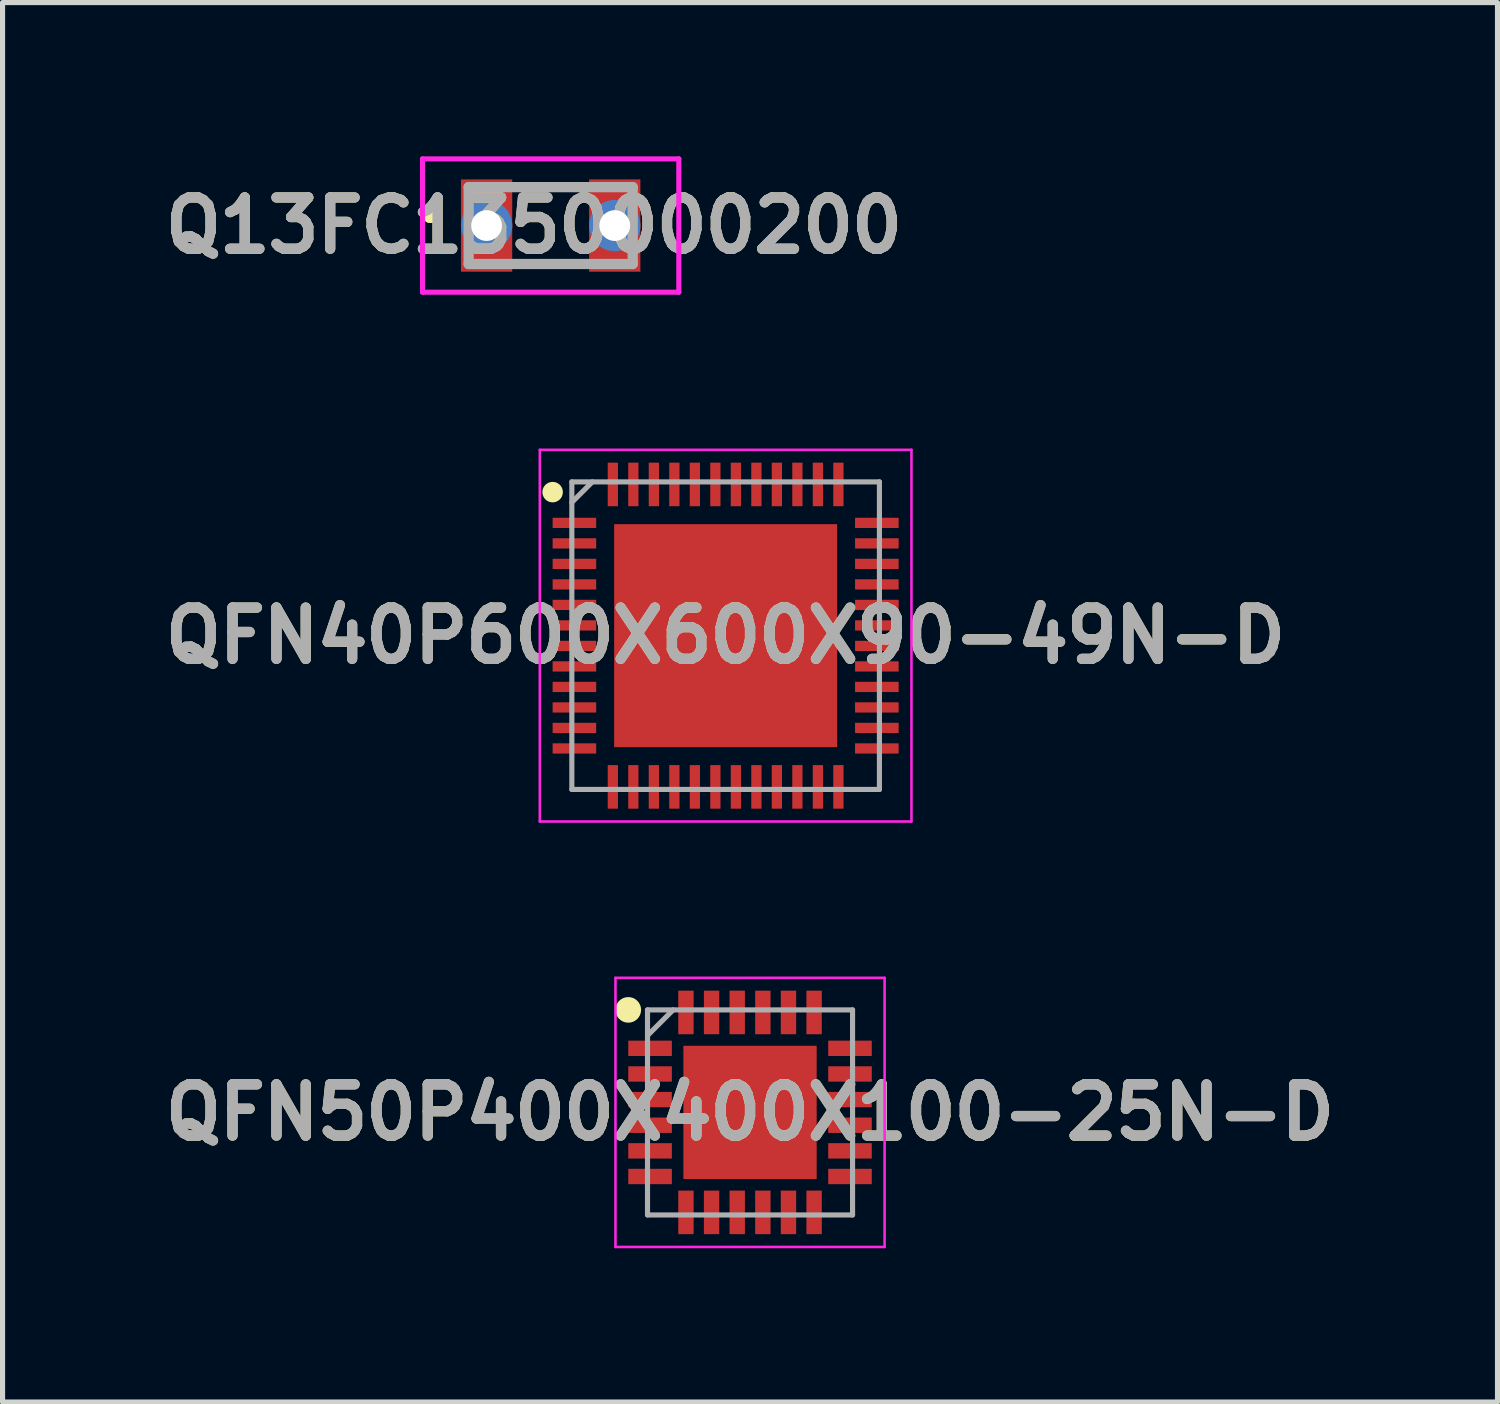
<source format=kicad_pcb>
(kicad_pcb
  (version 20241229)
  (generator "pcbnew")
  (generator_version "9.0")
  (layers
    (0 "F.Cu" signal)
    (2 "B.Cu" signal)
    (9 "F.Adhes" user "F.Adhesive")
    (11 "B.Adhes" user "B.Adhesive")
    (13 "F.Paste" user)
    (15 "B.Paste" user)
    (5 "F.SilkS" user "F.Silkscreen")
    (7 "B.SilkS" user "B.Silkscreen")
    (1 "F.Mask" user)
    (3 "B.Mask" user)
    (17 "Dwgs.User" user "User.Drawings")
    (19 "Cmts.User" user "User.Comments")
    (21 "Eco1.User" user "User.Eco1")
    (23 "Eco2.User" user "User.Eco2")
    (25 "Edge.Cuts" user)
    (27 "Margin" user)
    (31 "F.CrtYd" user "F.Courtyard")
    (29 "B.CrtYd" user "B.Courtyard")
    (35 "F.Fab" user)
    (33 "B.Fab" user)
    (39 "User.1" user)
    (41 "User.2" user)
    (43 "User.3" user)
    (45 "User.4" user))
  (footprint "QFN50P400X400X100-25N-D"
    (layer "F.Cu")
    (at 11.581 18.65)
    (property "Reference" "QFN50P400X400X100-25N-D" (at 0 0 0) (layer "F.SilkS") (effects (font (size 1 1) (thickness 0.2))))
    (attr smd)
    (fp_circle (center -2.375 -2) (end -2.375 -1.875) (stroke (width 0.25) (type solid)) (fill no) (layer "F.SilkS"))
    (fp_line (start -2.625 -2.625) (end 2.625 -2.625) (stroke (width 0.05) (type solid)) (layer "F.CrtYd"))
    (fp_line (start -2.625 2.625) (end -2.625 -2.625) (stroke (width 0.05) (type solid)) (layer "F.CrtYd"))
    (fp_line (start 2.625 -2.625) (end 2.625 2.625) (stroke (width 0.05) (type solid)) (layer "F.CrtYd"))
    (fp_line (start 2.625 2.625) (end -2.625 2.625) (stroke (width 0.05) (type solid)) (layer "F.CrtYd"))
    (fp_line (start -2 -2) (end 2 -2) (stroke (width 0.1) (type solid)) (layer "F.Fab"))
    (fp_line (start -2 -1.5) (end -1.5 -2) (stroke (width 0.1) (type solid)) (layer "F.Fab"))
    (fp_line (start -2 2) (end -2 -2) (stroke (width 0.1) (type solid)) (layer "F.Fab"))
    (fp_line (start 2 -2) (end 2 2) (stroke (width 0.1) (type solid)) (layer "F.Fab"))
    (fp_line (start 2 2) (end -2 2) (stroke (width 0.1) (type solid)) (layer "F.Fab"))
    (fp_text user "${REFERENCE}" (at 0 0 0) (layer "F.Fab") (effects (font (size 1 1) (thickness 0.2))))
    (pad "1" smd rect (at -1.95 -1.25 90) (size 0.3 0.85) (layers "F.Cu" "F.Mask" "F.Paste"))
    (pad "2" smd rect (at -1.95 -0.75 90) (size 0.3 0.85) (layers "F.Cu" "F.Mask" "F.Paste"))
    (pad "3" smd rect (at -1.95 -0.25 90) (size 0.3 0.85) (layers "F.Cu" "F.Mask" "F.Paste"))
    (pad "4" smd rect (at -1.95 0.25 90) (size 0.3 0.85) (layers "F.Cu" "F.Mask" "F.Paste"))
    (pad "5" smd rect (at -1.95 0.75 90) (size 0.3 0.85) (layers "F.Cu" "F.Mask" "F.Paste"))
    (pad "6" smd rect (at -1.95 1.25 90) (size 0.3 0.85) (layers "F.Cu" "F.Mask" "F.Paste"))
    (pad "7" smd rect (at -1.25 1.95) (size 0.3 0.85) (layers "F.Cu" "F.Mask" "F.Paste"))
    (pad "8" smd rect (at -0.75 1.95) (size 0.3 0.85) (layers "F.Cu" "F.Mask" "F.Paste"))
    (pad "9" smd rect (at -0.25 1.95) (size 0.3 0.85) (layers "F.Cu" "F.Mask" "F.Paste"))
    (pad "10" smd rect (at 0.25 1.95) (size 0.3 0.85) (layers "F.Cu" "F.Mask" "F.Paste"))
    (pad "11" smd rect (at 0.75 1.95) (size 0.3 0.85) (layers "F.Cu" "F.Mask" "F.Paste"))
    (pad "12" smd rect (at 1.25 1.95) (size 0.3 0.85) (layers "F.Cu" "F.Mask" "F.Paste"))
    (pad "13" smd rect (at 1.95 1.25 90) (size 0.3 0.85) (layers "F.Cu" "F.Mask" "F.Paste"))
    (pad "14" smd rect (at 1.95 0.75 90) (size 0.3 0.85) (layers "F.Cu" "F.Mask" "F.Paste"))
    (pad "15" smd rect (at 1.95 0.25 90) (size 0.3 0.85) (layers "F.Cu" "F.Mask" "F.Paste"))
    (pad "16" smd rect (at 1.95 -0.25 90) (size 0.3 0.85) (layers "F.Cu" "F.Mask" "F.Paste"))
    (pad "17" smd rect (at 1.95 -0.75 90) (size 0.3 0.85) (layers "F.Cu" "F.Mask" "F.Paste"))
    (pad "18" smd rect (at 1.95 -1.25 90) (size 0.3 0.85) (layers "F.Cu" "F.Mask" "F.Paste"))
    (pad "19" smd rect (at 1.25 -1.95) (size 0.3 0.85) (layers "F.Cu" "F.Mask" "F.Paste"))
    (pad "20" smd rect (at 0.75 -1.95) (size 0.3 0.85) (layers "F.Cu" "F.Mask" "F.Paste"))
    (pad "21" smd rect (at 0.25 -1.95) (size 0.3 0.85) (layers "F.Cu" "F.Mask" "F.Paste"))
    (pad "22" smd rect (at -0.25 -1.95) (size 0.3 0.85) (layers "F.Cu" "F.Mask" "F.Paste"))
    (pad "23" smd rect (at -0.75 -1.95) (size 0.3 0.85) (layers "F.Cu" "F.Mask" "F.Paste"))
    (pad "24" smd rect (at -1.25 -1.95) (size 0.3 0.85) (layers "F.Cu" "F.Mask" "F.Paste"))
    (pad "25" smd rect (at 0 0) (size 2.6 2.6) (layers "F.Cu" "F.Mask" "F.Paste")))
  (footprint "Q13FC1350000200"
    (layer "F.Cu")
    (at 7.692 1.35)
    (property "Reference" "Q13FC1350000200" (at -0.325 0 0) (layer "F.SilkS") (effects (font (size 1 1) (thickness 0.2))))
    (attr smd)
    (fp_line (start -2.4 -0.2) (end -2.4 -0.2) (stroke (width 0.2) (type solid)) (layer "F.SilkS"))
    (fp_line (start -2.4 -0.2) (end -2.4 -0.2) (stroke (width 0.2) (type solid)) (layer "F.SilkS"))
    (fp_line (start -2.3 -0.2) (end -2.3 -0.2) (stroke (width 0.2) (type solid)) (layer "F.SilkS"))
    (fp_line (start -0.25 -0.75) (end -0.25 -0.75) (stroke (width 0.1) (type solid)) (layer "F.SilkS"))
    (fp_line (start -0.25 -0.75) (end 0.25 -0.75) (stroke (width 0.1) (type solid)) (layer "F.SilkS"))
    (fp_line (start -0.25 0.75) (end -0.25 0.75) (stroke (width 0.1) (type solid)) (layer "F.SilkS"))
    (fp_line (start -0.25 0.75) (end 0.25 0.75) (stroke (width 0.1) (type solid)) (layer "F.SilkS"))
    (fp_line (start 0.25 -0.75) (end -0.25 -0.75) (stroke (width 0.1) (type solid)) (layer "F.SilkS"))
    (fp_line (start 0.25 -0.75) (end 0.25 -0.75) (stroke (width 0.1) (type solid)) (layer "F.SilkS"))
    (fp_line (start 0.25 0.75) (end -0.25 0.75) (stroke (width 0.1) (type solid)) (layer "F.SilkS"))
    (fp_line (start 0.25 0.75) (end 0.25 0.75) (stroke (width 0.1) (type solid)) (layer "F.SilkS"))
    (fp_arc (start -2.4 -0.2) (mid -2.35 -0.25) (end -2.3 -0.2) (stroke (width 0.2) (type solid)) (layer "F.SilkS"))
    (fp_arc (start -2.3 -0.2) (mid -2.35 -0.15) (end -2.4 -0.2) (stroke (width 0.2) (type solid)) (layer "F.SilkS"))
    (fp_arc (start -2.3 -0.2) (mid -2.35 -0.15) (end -2.4 -0.2) (stroke (width 0.2) (type solid)) (layer "F.SilkS"))
    (fp_line (start -2.5 -1.3) (end 2.5 -1.3) (stroke (width 0.1) (type solid)) (layer "F.CrtYd"))
    (fp_line (start -2.5 1.3) (end -2.5 -1.3) (stroke (width 0.1) (type solid)) (layer "F.CrtYd"))
    (fp_line (start 2.5 -1.3) (end 2.5 1.3) (stroke (width 0.1) (type solid)) (layer "F.CrtYd"))
    (fp_line (start 2.5 1.3) (end -2.5 1.3) (stroke (width 0.1) (type solid)) (layer "F.CrtYd"))
    (fp_line (start -1.6 -0.75) (end -1.6 0.75) (stroke (width 0.2) (type solid)) (layer "F.Fab"))
    (fp_line (start -1.6 0.75) (end 1.6 0.75) (stroke (width 0.2) (type solid)) (layer "F.Fab"))
    (fp_line (start 1.6 -0.75) (end -1.6 -0.75) (stroke (width 0.2) (type solid)) (layer "F.Fab"))
    (fp_line (start 1.6 0.75) (end 1.6 -0.75) (stroke (width 0.2) (type solid)) (layer "F.Fab"))
    (fp_text user "${REFERENCE}" (at -0.325 0 0) (layer "F.Fab") (effects (font (size 1 1) (thickness 0.2))))
    (pad "1" thru_hole circle (at -1.25 0) (size 1 1) (drill 0.6) (layers "*.Cu" "*.Mask"))
    (pad "1" smd rect (at -1.25 0) (size 1 1.8) (layers "F.Cu" "F.Mask" "F.Paste"))
    (pad "2" thru_hole circle (at 1.25 0) (size 1 1) (drill 0.6) (layers "*.Cu" "*.Mask"))
    (pad "2" smd rect (at 1.25 0) (size 1 1.8) (layers "F.Cu" "F.Mask" "F.Paste")))
  (footprint "QFN40P600X600X90-49N-D"
    (layer "F.Cu")
    (at 11.105 9.35)
    (property "Reference" "QFN40P600X600X90-49N-D" (at 0 0 0) (layer "F.SilkS") (effects (font (size 1 1) (thickness 0.2))))
    (attr smd)
    (fp_circle (center -3.375 -2.8) (end -3.375 -2.7) (stroke (width 0.2) (type solid)) (fill no) (layer "F.SilkS"))
    (fp_rect (start -2.1 -2.1) (end -0.2 -0.2) (stroke (width 0.12) (type solid)) (fill yes) (layer "F.Paste"))
    (fp_rect (start -2.1 0.2) (end -0.2 2.1) (stroke (width 0.12) (type solid)) (fill yes) (layer "F.Paste"))
    (fp_rect (start 0.2 -2.1) (end 2.1 -0.2) (stroke (width 0.12) (type solid)) (fill yes) (layer "F.Paste"))
    (fp_rect (start 0.2 0.2) (end 2.1 2.1) (stroke (width 0.12) (type solid)) (fill yes) (layer "F.Paste"))
    (fp_line (start -3.625 -3.625) (end 3.625 -3.625) (stroke (width 0.05) (type solid)) (layer "F.CrtYd"))
    (fp_line (start -3.625 3.625) (end -3.625 -3.625) (stroke (width 0.05) (type solid)) (layer "F.CrtYd"))
    (fp_line (start 3.625 -3.625) (end 3.625 3.625) (stroke (width 0.05) (type solid)) (layer "F.CrtYd"))
    (fp_line (start 3.625 3.625) (end -3.625 3.625) (stroke (width 0.05) (type solid)) (layer "F.CrtYd"))
    (fp_line (start -3 -3) (end 3 -3) (stroke (width 0.1) (type solid)) (layer "F.Fab"))
    (fp_line (start -3 -2.6) (end -2.6 -3) (stroke (width 0.1) (type solid)) (layer "F.Fab"))
    (fp_line (start -3 3) (end -3 -3) (stroke (width 0.1) (type solid)) (layer "F.Fab"))
    (fp_line (start 3 -3) (end 3 3) (stroke (width 0.1) (type solid)) (layer "F.Fab"))
    (fp_line (start 3 3) (end -3 3) (stroke (width 0.1) (type solid)) (layer "F.Fab"))
    (fp_text user "${REFERENCE}" (at 0 0 0) (layer "F.Fab") (effects (font (size 1 1) (thickness 0.2))))
    (pad "1" smd rect (at -2.95 -2.2 90) (size 0.2 0.85) (layers "F.Cu" "F.Mask" "F.Paste"))
    (pad "2" smd rect (at -2.95 -1.8 90) (size 0.2 0.85) (layers "F.Cu" "F.Mask" "F.Paste"))
    (pad "3" smd rect (at -2.95 -1.4 90) (size 0.2 0.85) (layers "F.Cu" "F.Mask" "F.Paste"))
    (pad "4" smd rect (at -2.95 -1 90) (size 0.2 0.85) (layers "F.Cu" "F.Mask" "F.Paste"))
    (pad "5" smd rect (at -2.95 -0.6 90) (size 0.2 0.85) (layers "F.Cu" "F.Mask" "F.Paste"))
    (pad "6" smd rect (at -2.95 -0.2 90) (size 0.2 0.85) (layers "F.Cu" "F.Mask" "F.Paste"))
    (pad "7" smd rect (at -2.95 0.2 90) (size 0.2 0.85) (layers "F.Cu" "F.Mask" "F.Paste"))
    (pad "8" smd rect (at -2.95 0.6 90) (size 0.2 0.85) (layers "F.Cu" "F.Mask" "F.Paste"))
    (pad "9" smd rect (at -2.95 1 90) (size 0.2 0.85) (layers "F.Cu" "F.Mask" "F.Paste"))
    (pad "10" smd rect (at -2.95 1.4 90) (size 0.2 0.85) (layers "F.Cu" "F.Mask" "F.Paste"))
    (pad "11" smd rect (at -2.95 1.8 90) (size 0.2 0.85) (layers "F.Cu" "F.Mask" "F.Paste"))
    (pad "12" smd rect (at -2.95 2.2 90) (size 0.2 0.85) (layers "F.Cu" "F.Mask" "F.Paste"))
    (pad "13" smd rect (at -2.2 2.95) (size 0.2 0.85) (layers "F.Cu" "F.Mask" "F.Paste"))
    (pad "14" smd rect (at -1.8 2.95) (size 0.2 0.85) (layers "F.Cu" "F.Mask" "F.Paste"))
    (pad "15" smd rect (at -1.4 2.95) (size 0.2 0.85) (layers "F.Cu" "F.Mask" "F.Paste"))
    (pad "16" smd rect (at -1 2.95) (size 0.2 0.85) (layers "F.Cu" "F.Mask" "F.Paste"))
    (pad "17" smd rect (at -0.6 2.95) (size 0.2 0.85) (layers "F.Cu" "F.Mask" "F.Paste"))
    (pad "18" smd rect (at -0.2 2.95) (size 0.2 0.85) (layers "F.Cu" "F.Mask" "F.Paste"))
    (pad "19" smd rect (at 0.2 2.95) (size 0.2 0.85) (layers "F.Cu" "F.Mask" "F.Paste"))
    (pad "20" smd rect (at 0.6 2.95) (size 0.2 0.85) (layers "F.Cu" "F.Mask" "F.Paste"))
    (pad "21" smd rect (at 1 2.95) (size 0.2 0.85) (layers "F.Cu" "F.Mask" "F.Paste"))
    (pad "22" smd rect (at 1.4 2.95) (size 0.2 0.85) (layers "F.Cu" "F.Mask" "F.Paste"))
    (pad "23" smd rect (at 1.8 2.95) (size 0.2 0.85) (layers "F.Cu" "F.Mask" "F.Paste"))
    (pad "24" smd rect (at 2.2 2.95) (size 0.2 0.85) (layers "F.Cu" "F.Mask" "F.Paste"))
    (pad "25" smd rect (at 2.95 2.2 90) (size 0.2 0.85) (layers "F.Cu" "F.Mask" "F.Paste"))
    (pad "26" smd rect (at 2.95 1.8 90) (size 0.2 0.85) (layers "F.Cu" "F.Mask" "F.Paste"))
    (pad "27" smd rect (at 2.95 1.4 90) (size 0.2 0.85) (layers "F.Cu" "F.Mask" "F.Paste"))
    (pad "28" smd rect (at 2.95 1 90) (size 0.2 0.85) (layers "F.Cu" "F.Mask" "F.Paste"))
    (pad "29" smd rect (at 2.95 0.6 90) (size 0.2 0.85) (layers "F.Cu" "F.Mask" "F.Paste"))
    (pad "30" smd rect (at 2.95 0.2 90) (size 0.2 0.85) (layers "F.Cu" "F.Mask" "F.Paste"))
    (pad "31" smd rect (at 2.95 -0.2 90) (size 0.2 0.85) (layers "F.Cu" "F.Mask" "F.Paste"))
    (pad "32" smd rect (at 2.95 -0.6 90) (size 0.2 0.85) (layers "F.Cu" "F.Mask" "F.Paste"))
    (pad "33" smd rect (at 2.95 -1 90) (size 0.2 0.85) (layers "F.Cu" "F.Mask" "F.Paste"))
    (pad "34" smd rect (at 2.95 -1.4 90) (size 0.2 0.85) (layers "F.Cu" "F.Mask" "F.Paste"))
    (pad "35" smd rect (at 2.95 -1.8 90) (size 0.2 0.85) (layers "F.Cu" "F.Mask" "F.Paste"))
    (pad "36" smd rect (at 2.95 -2.2 90) (size 0.2 0.85) (layers "F.Cu" "F.Mask" "F.Paste"))
    (pad "37" smd rect (at 2.2 -2.95) (size 0.2 0.85) (layers "F.Cu" "F.Mask" "F.Paste"))
    (pad "38" smd rect (at 1.8 -2.95) (size 0.2 0.85) (layers "F.Cu" "F.Mask" "F.Paste"))
    (pad "39" smd rect (at 1.4 -2.95) (size 0.2 0.85) (layers "F.Cu" "F.Mask" "F.Paste"))
    (pad "40" smd rect (at 1 -2.95) (size 0.2 0.85) (layers "F.Cu" "F.Mask" "F.Paste"))
    (pad "41" smd rect (at 0.6 -2.95) (size 0.2 0.85) (layers "F.Cu" "F.Mask" "F.Paste"))
    (pad "42" smd rect (at 0.2 -2.95) (size 0.2 0.85) (layers "F.Cu" "F.Mask" "F.Paste"))
    (pad "43" smd rect (at -0.2 -2.95) (size 0.2 0.85) (layers "F.Cu" "F.Mask" "F.Paste"))
    (pad "44" smd rect (at -0.6 -2.95) (size 0.2 0.85) (layers "F.Cu" "F.Mask" "F.Paste"))
    (pad "45" smd rect (at -1 -2.95) (size 0.2 0.85) (layers "F.Cu" "F.Mask" "F.Paste"))
    (pad "46" smd rect (at -1.4 -2.95) (size 0.2 0.85) (layers "F.Cu" "F.Mask" "F.Paste"))
    (pad "47" smd rect (at -1.8 -2.95) (size 0.2 0.85) (layers "F.Cu" "F.Mask" "F.Paste"))
    (pad "48" smd rect (at -2.2 -2.95) (size 0.2 0.85) (layers "F.Cu" "F.Mask" "F.Paste"))
    (pad "49" smd rect (at 0 0) (size 4.35 4.35) (layers "F.Cu" "F.Mask")))
  (gr_rect
    (start -3 -3)
    (end 26.162 24.3)
    (stroke (width 0.1) (type default))
    (fill no)
    (layer "Edge.Cuts")))
</source>
